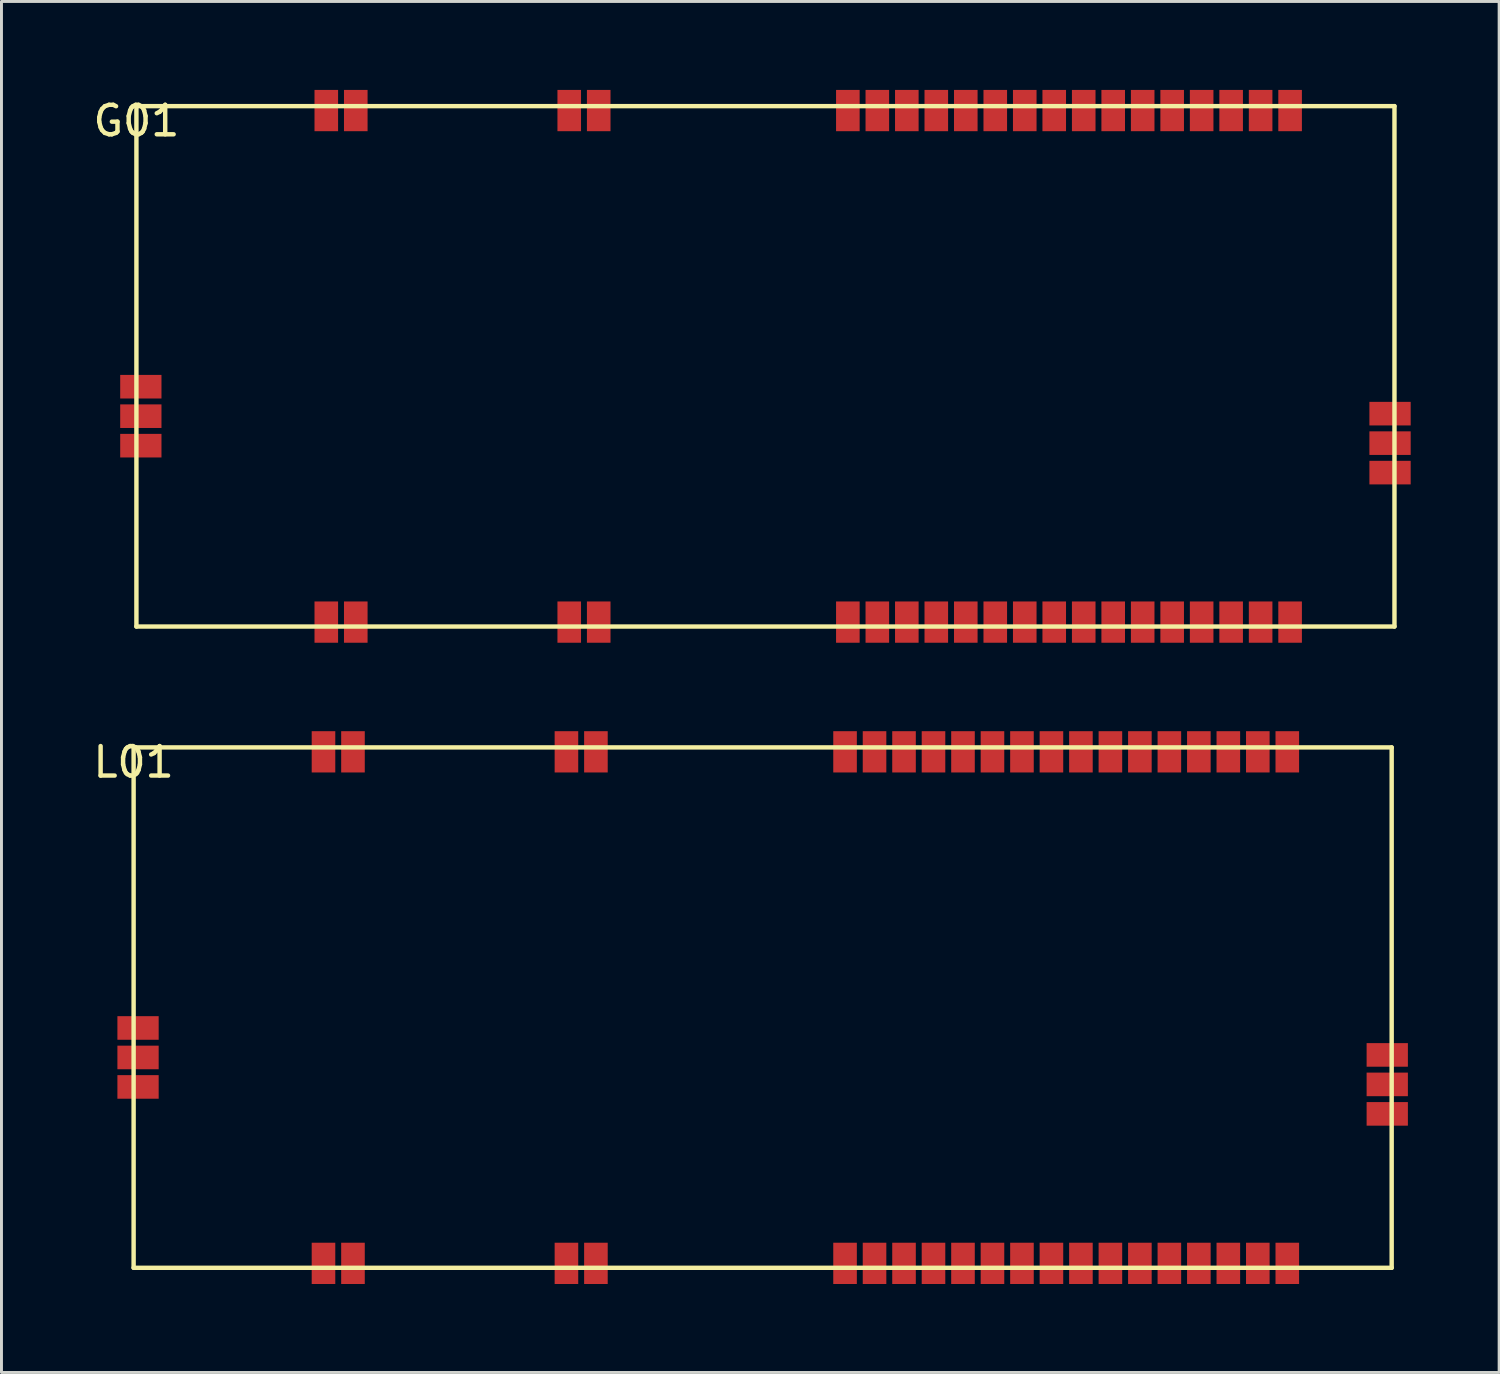
<source format=kicad_pcb>
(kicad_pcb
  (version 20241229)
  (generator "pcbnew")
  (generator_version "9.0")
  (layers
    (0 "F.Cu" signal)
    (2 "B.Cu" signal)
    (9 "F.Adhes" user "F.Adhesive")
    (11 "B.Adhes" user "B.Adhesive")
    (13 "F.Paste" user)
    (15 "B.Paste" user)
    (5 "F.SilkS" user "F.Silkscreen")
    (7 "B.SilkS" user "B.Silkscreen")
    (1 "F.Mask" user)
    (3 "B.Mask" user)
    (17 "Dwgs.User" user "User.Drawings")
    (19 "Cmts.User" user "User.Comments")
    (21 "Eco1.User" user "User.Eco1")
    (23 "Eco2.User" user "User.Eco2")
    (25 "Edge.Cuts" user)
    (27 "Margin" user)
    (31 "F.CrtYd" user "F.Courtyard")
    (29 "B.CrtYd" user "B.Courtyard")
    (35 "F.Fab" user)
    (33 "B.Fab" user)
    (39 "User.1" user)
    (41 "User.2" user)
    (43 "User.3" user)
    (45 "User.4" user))
  (footprint "G01"
    (layer "F.Cu")
    (at 1.577 0.55)
    (property "Reference" "G01" (at 0 0.5 0) (layer "F.SilkS") (effects (font (size 1 1) (thickness 0.15))))
    (attr through_hole)
    (fp_line (start 0 0) (end 42.67 0) (stroke (width 0.15) (type solid)) (layer "F.SilkS"))
    (fp_line (start 0 17.65) (end 0 0) (stroke (width 0.15) (type solid)) (layer "F.SilkS"))
    (fp_line (start 42.67 0) (end 42.67 17.65) (stroke (width 0.15) (type solid)) (layer "F.SilkS"))
    (fp_line (start 42.67 17.65) (end 0 17.65) (stroke (width 0.15) (type solid)) (layer "F.SilkS"))
    (pad "1" smd rect (at 6.44 0.15) (size 0.8 1.4) (layers "F.Cu" "F.Mask" "F.Paste"))
    (pad "2" smd rect (at 7.44 0.15) (size 0.8 1.4) (layers "F.Cu" "F.Mask" "F.Paste"))
    (pad "3" smd rect (at 6.44 17.5) (size 0.8 1.4) (layers "F.Cu" "F.Mask" "F.Paste"))
    (pad "4" smd rect (at 14.68 17.5) (size 0.8 1.4) (layers "F.Cu" "F.Mask" "F.Paste"))
    (pad "5" smd rect (at 7.44 17.5) (size 0.8 1.4) (layers "F.Cu" "F.Mask" "F.Paste"))
    (pad "5" smd rect (at 15.68 17.5) (size 0.8 1.4) (layers "F.Cu" "F.Mask" "F.Paste"))
    (pad "6" smd rect (at 14.68 0.15) (size 0.8 1.4) (layers "F.Cu" "F.Mask" "F.Paste"))
    (pad "7" smd rect (at 15.68 0.15) (size 0.8 1.4) (layers "F.Cu" "F.Mask" "F.Paste"))
    (pad "8" smd rect (at 24.13 0.15) (size 0.8 1.4) (layers "F.Cu" "F.Mask" "F.Paste"))
    (pad "9" smd rect (at 25.13 0.15) (size 0.8 1.4) (layers "F.Cu" "F.Mask" "F.Paste"))
    (pad "10" smd rect (at 26.13 0.15) (size 0.8 1.4) (layers "F.Cu" "F.Mask" "F.Paste"))
    (pad "11" smd rect (at 27.13 0.15) (size 0.8 1.4) (layers "F.Cu" "F.Mask" "F.Paste"))
    (pad "12" smd rect (at 28.13 0.15) (size 0.8 1.4) (layers "F.Cu" "F.Mask" "F.Paste"))
    (pad "13" smd rect (at 29.13 0.15) (size 0.8 1.4) (layers "F.Cu" "F.Mask" "F.Paste"))
    (pad "14" smd rect (at 30.13 0.15) (size 0.8 1.4) (layers "F.Cu" "F.Mask" "F.Paste"))
    (pad "15" smd rect (at 31.13 0.15) (size 0.8 1.4) (layers "F.Cu" "F.Mask" "F.Paste"))
    (pad "16" smd rect (at 32.13 0.15) (size 0.8 1.4) (layers "F.Cu" "F.Mask" "F.Paste"))
    (pad "17" smd rect (at 33.13 0.15) (size 0.8 1.4) (layers "F.Cu" "F.Mask" "F.Paste"))
    (pad "18" smd rect (at 34.13 0.15) (size 0.8 1.4) (layers "F.Cu" "F.Mask" "F.Paste"))
    (pad "19" smd rect (at 35.13 0.15) (size 0.8 1.4) (layers "F.Cu" "F.Mask" "F.Paste"))
    (pad "20" smd rect (at 36.13 0.15) (size 0.8 1.4) (layers "F.Cu" "F.Mask" "F.Paste"))
    (pad "21" smd rect (at 37.13 0.15) (size 0.8 1.4) (layers "F.Cu" "F.Mask" "F.Paste"))
    (pad "22" smd rect (at 38.13 0.15) (size 0.8 1.4) (layers "F.Cu" "F.Mask" "F.Paste"))
    (pad "23" smd rect (at 39.13 0.15) (size 0.8 1.4) (layers "F.Cu" "F.Mask" "F.Paste"))
    (pad "24" smd rect (at 24.13 17.5) (size 0.8 1.4) (layers "F.Cu" "F.Mask" "F.Paste"))
    (pad "25" smd rect (at 25.13 17.5) (size 0.8 1.4) (layers "F.Cu" "F.Mask" "F.Paste"))
    (pad "26" smd rect (at 26.13 17.5) (size 0.8 1.4) (layers "F.Cu" "F.Mask" "F.Paste"))
    (pad "27" smd rect (at 27.13 17.5) (size 0.8 1.4) (layers "F.Cu" "F.Mask" "F.Paste"))
    (pad "28" smd rect (at 28.13 17.5) (size 0.8 1.4) (layers "F.Cu" "F.Mask" "F.Paste"))
    (pad "29" smd rect (at 29.13 17.5) (size 0.8 1.4) (layers "F.Cu" "F.Mask" "F.Paste"))
    (pad "30" smd rect (at 30.13 17.5) (size 0.8 1.4) (layers "F.Cu" "F.Mask" "F.Paste"))
    (pad "31" smd rect (at 31.13 17.5) (size 0.8 1.4) (layers "F.Cu" "F.Mask" "F.Paste"))
    (pad "32" smd rect (at 32.13 17.5) (size 0.8 1.4) (layers "F.Cu" "F.Mask" "F.Paste"))
    (pad "33" smd rect (at 33.13 17.5) (size 0.8 1.4) (layers "F.Cu" "F.Mask" "F.Paste"))
    (pad "34" smd rect (at 34.13 17.5) (size 0.8 1.4) (layers "F.Cu" "F.Mask" "F.Paste"))
    (pad "35" smd rect (at 35.13 17.5) (size 0.8 1.4) (layers "F.Cu" "F.Mask" "F.Paste"))
    (pad "36" smd rect (at 36.13 17.5) (size 0.8 1.4) (layers "F.Cu" "F.Mask" "F.Paste"))
    (pad "37" smd rect (at 37.13 17.5) (size 0.8 1.4) (layers "F.Cu" "F.Mask" "F.Paste"))
    (pad "38" smd rect (at 38.13 17.5) (size 0.8 1.4) (layers "F.Cu" "F.Mask" "F.Paste"))
    (pad "39" smd rect (at 39.13 17.5) (size 0.8 1.4) (layers "F.Cu" "F.Mask" "F.Paste"))
    (pad "40" smd rect (at 42.52 10.43) (size 1.4 0.8) (layers "F.Cu" "F.Mask" "F.Paste"))
    (pad "41" smd rect (at 42.52 11.43) (size 1.4 0.8) (layers "F.Cu" "F.Mask" "F.Paste"))
    (pad "42" smd rect (at 42.52 12.43) (size 1.4 0.8) (layers "F.Cu" "F.Mask" "F.Paste"))
    (pad "43" smd rect (at 0.15 9.516) (size 1.4 0.8) (layers "F.Cu" "F.Mask" "F.Paste"))
    (pad "44" smd rect (at 0.15 10.516) (size 1.4 0.8) (layers "F.Cu" "F.Mask" "F.Paste"))
    (pad "45" smd rect (at 0.15 11.516) (size 1.4 0.8) (layers "F.Cu" "F.Mask" "F.Paste")))
  (footprint "L01"
    (layer "F.Cu")
    (at 1.482 22.3)
    (property "Reference" "L01" (at 0 0.5 0) (layer "F.SilkS") (effects (font (size 1 1) (thickness 0.15))))
    (attr through_hole)
    (fp_line (start 0 0) (end 42.67 0) (stroke (width 0.15) (type solid)) (layer "F.SilkS"))
    (fp_line (start 0 17.65) (end 0 0) (stroke (width 0.15) (type solid)) (layer "F.SilkS"))
    (fp_line (start 42.67 0) (end 42.67 17.65) (stroke (width 0.15) (type solid)) (layer "F.SilkS"))
    (fp_line (start 42.67 17.65) (end 0 17.65) (stroke (width 0.15) (type solid)) (layer "F.SilkS"))
    (pad "1" smd rect (at 6.44 0.15) (size 0.8 1.4) (layers "F.Cu" "F.Mask" "F.Paste"))
    (pad "2" smd rect (at 7.44 0.15) (size 0.8 1.4) (layers "F.Cu" "F.Mask" "F.Paste"))
    (pad "3" smd rect (at 6.44 17.5) (size 0.8 1.4) (layers "F.Cu" "F.Mask" "F.Paste"))
    (pad "4" smd rect (at 14.68 17.5) (size 0.8 1.4) (layers "F.Cu" "F.Mask" "F.Paste"))
    (pad "5" smd rect (at 7.44 17.5) (size 0.8 1.4) (layers "F.Cu" "F.Mask" "F.Paste"))
    (pad "5" smd rect (at 15.68 17.5) (size 0.8 1.4) (layers "F.Cu" "F.Mask" "F.Paste"))
    (pad "6" smd rect (at 14.68 0.15) (size 0.8 1.4) (layers "F.Cu" "F.Mask" "F.Paste"))
    (pad "7" smd rect (at 15.68 0.15) (size 0.8 1.4) (layers "F.Cu" "F.Mask" "F.Paste"))
    (pad "8" smd rect (at 24.13 0.15) (size 0.8 1.4) (layers "F.Cu" "F.Mask" "F.Paste"))
    (pad "9" smd rect (at 25.13 0.15) (size 0.8 1.4) (layers "F.Cu" "F.Mask" "F.Paste"))
    (pad "10" smd rect (at 26.13 0.15) (size 0.8 1.4) (layers "F.Cu" "F.Mask" "F.Paste"))
    (pad "11" smd rect (at 27.13 0.15) (size 0.8 1.4) (layers "F.Cu" "F.Mask" "F.Paste"))
    (pad "12" smd rect (at 28.13 0.15) (size 0.8 1.4) (layers "F.Cu" "F.Mask" "F.Paste"))
    (pad "13" smd rect (at 29.13 0.15) (size 0.8 1.4) (layers "F.Cu" "F.Mask" "F.Paste"))
    (pad "14" smd rect (at 30.13 0.15) (size 0.8 1.4) (layers "F.Cu" "F.Mask" "F.Paste"))
    (pad "15" smd rect (at 31.13 0.15) (size 0.8 1.4) (layers "F.Cu" "F.Mask" "F.Paste"))
    (pad "16" smd rect (at 32.13 0.15) (size 0.8 1.4) (layers "F.Cu" "F.Mask" "F.Paste"))
    (pad "17" smd rect (at 33.13 0.15) (size 0.8 1.4) (layers "F.Cu" "F.Mask" "F.Paste"))
    (pad "18" smd rect (at 34.13 0.15) (size 0.8 1.4) (layers "F.Cu" "F.Mask" "F.Paste"))
    (pad "19" smd rect (at 35.13 0.15) (size 0.8 1.4) (layers "F.Cu" "F.Mask" "F.Paste"))
    (pad "20" smd rect (at 36.13 0.15) (size 0.8 1.4) (layers "F.Cu" "F.Mask" "F.Paste"))
    (pad "21" smd rect (at 37.13 0.15) (size 0.8 1.4) (layers "F.Cu" "F.Mask" "F.Paste"))
    (pad "22" smd rect (at 38.13 0.15) (size 0.8 1.4) (layers "F.Cu" "F.Mask" "F.Paste"))
    (pad "23" smd rect (at 39.13 0.15) (size 0.8 1.4) (layers "F.Cu" "F.Mask" "F.Paste"))
    (pad "24" smd rect (at 24.13 17.5) (size 0.8 1.4) (layers "F.Cu" "F.Mask" "F.Paste"))
    (pad "25" smd rect (at 25.13 17.5) (size 0.8 1.4) (layers "F.Cu" "F.Mask" "F.Paste"))
    (pad "26" smd rect (at 26.13 17.5) (size 0.8 1.4) (layers "F.Cu" "F.Mask" "F.Paste"))
    (pad "27" smd rect (at 27.13 17.5) (size 0.8 1.4) (layers "F.Cu" "F.Mask" "F.Paste"))
    (pad "28" smd rect (at 28.13 17.5) (size 0.8 1.4) (layers "F.Cu" "F.Mask" "F.Paste"))
    (pad "29" smd rect (at 29.13 17.5) (size 0.8 1.4) (layers "F.Cu" "F.Mask" "F.Paste"))
    (pad "30" smd rect (at 30.13 17.5) (size 0.8 1.4) (layers "F.Cu" "F.Mask" "F.Paste"))
    (pad "31" smd rect (at 31.13 17.5) (size 0.8 1.4) (layers "F.Cu" "F.Mask" "F.Paste"))
    (pad "32" smd rect (at 32.13 17.5) (size 0.8 1.4) (layers "F.Cu" "F.Mask" "F.Paste"))
    (pad "33" smd rect (at 33.13 17.5) (size 0.8 1.4) (layers "F.Cu" "F.Mask" "F.Paste"))
    (pad "34" smd rect (at 34.13 17.5) (size 0.8 1.4) (layers "F.Cu" "F.Mask" "F.Paste"))
    (pad "35" smd rect (at 35.13 17.5) (size 0.8 1.4) (layers "F.Cu" "F.Mask" "F.Paste"))
    (pad "36" smd rect (at 36.13 17.5) (size 0.8 1.4) (layers "F.Cu" "F.Mask" "F.Paste"))
    (pad "37" smd rect (at 37.13 17.5) (size 0.8 1.4) (layers "F.Cu" "F.Mask" "F.Paste"))
    (pad "38" smd rect (at 38.13 17.5) (size 0.8 1.4) (layers "F.Cu" "F.Mask" "F.Paste"))
    (pad "39" smd rect (at 39.13 17.5) (size 0.8 1.4) (layers "F.Cu" "F.Mask" "F.Paste"))
    (pad "40" smd rect (at 42.52 10.43) (size 1.4 0.8) (layers "F.Cu" "F.Mask" "F.Paste"))
    (pad "41" smd rect (at 42.52 11.43) (size 1.4 0.8) (layers "F.Cu" "F.Mask" "F.Paste"))
    (pad "42" smd rect (at 42.52 12.43) (size 1.4 0.8) (layers "F.Cu" "F.Mask" "F.Paste"))
    (pad "43" smd rect (at 0.15 9.516) (size 1.4 0.8) (layers "F.Cu" "F.Mask" "F.Paste"))
    (pad "44" smd rect (at 0.15 10.516) (size 1.4 0.8) (layers "F.Cu" "F.Mask" "F.Paste"))
    (pad "45" smd rect (at 0.15 11.516) (size 1.4 0.8) (layers "F.Cu" "F.Mask" "F.Paste")))
  (gr_rect
    (start -3 -3)
    (end 47.797 43.5)
    (stroke (width 0.1) (type default))
    (fill no)
    (layer "Edge.Cuts")))
</source>
